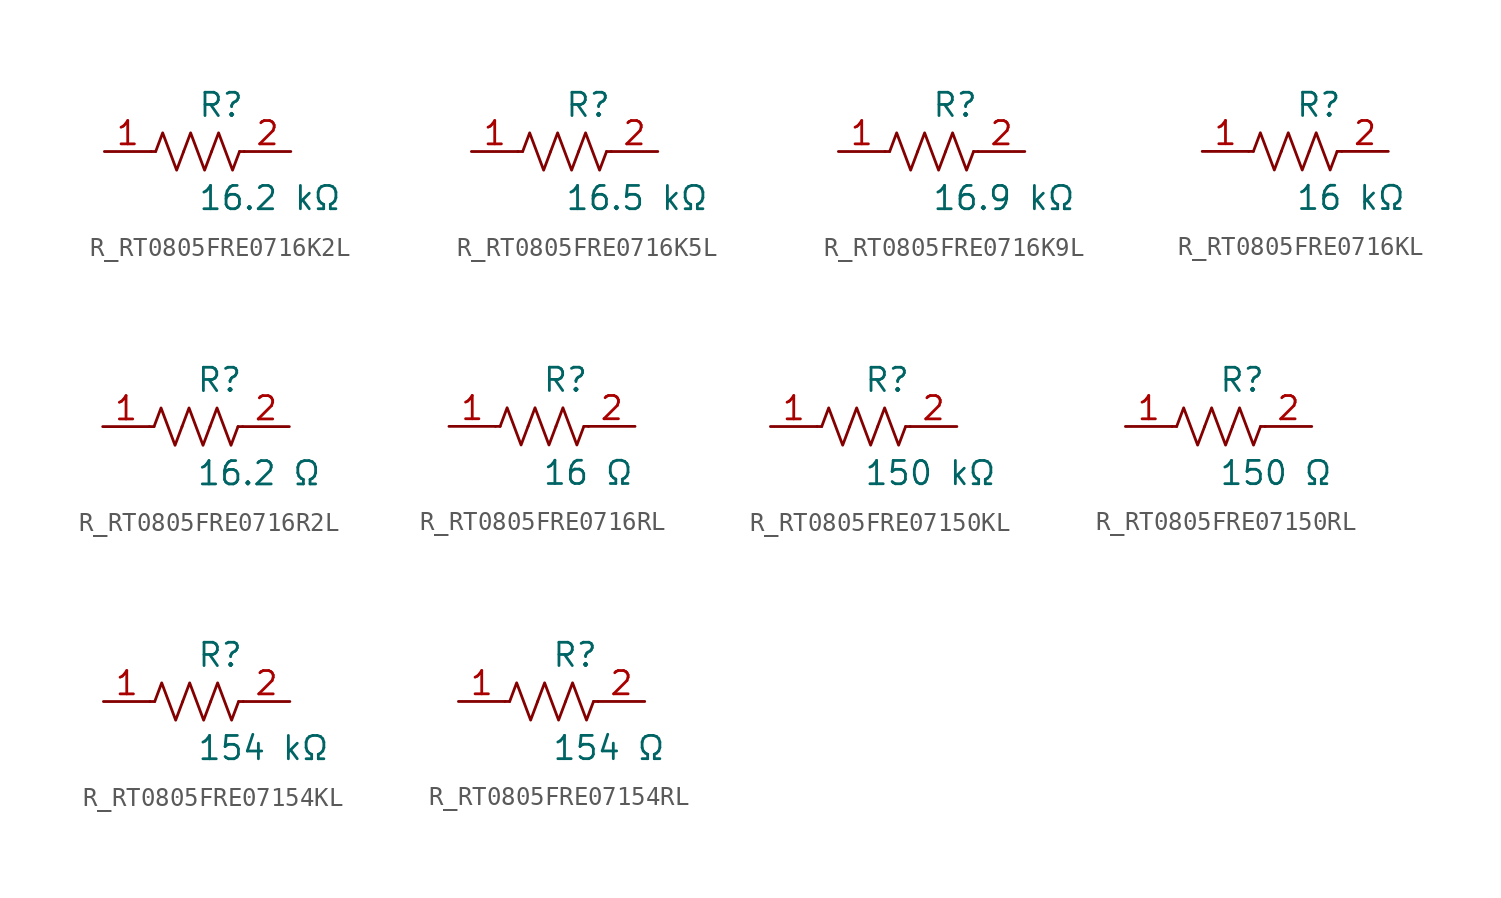
<source format=kicad_sym>
(kicad_symbol_lib
  (version 20231120)
  (generator kicad_symbol_editor)
  (generator_version 8.0)
  (symbol "R_RT0805FRE0716K2L"
    (pin_names
      (offset 0.254))
    (property "Reference" "R"
      (at 0 2.54 0)
      (effects (font (size 1.27 1.27)) (justify left)))
    (property "Value" "16.2 kΩ"
      (at 0 -2.54 0)
      (effects (font (size 1.27 1.27)) (justify left)))
    (symbol "R_RT0805FRE0716K2L_0_1"
      (polyline (pts (xy 2.286 0) (xy 2.54 0)) (stroke (width 0) (type default)) (fill (type none)))
      (polyline (pts (xy -2.286 0) (xy -2.54 0)) (stroke (width 0) (type default)) (fill (type none)))
      (polyline (pts (xy 0.762 0) (xy 1.143 1.016) (xy 1.524 0) (xy 1.905 -1.016) (xy 2.286 0)) (stroke (width 0) (type default)) (fill (type none)))
      (polyline (pts (xy -0.762 0) (xy -0.381 1.016) (xy 0 0) (xy 0.381 -1.016) (xy 0.762 0)) (stroke (width 0) (type default)) (fill (type none)))
      (polyline (pts (xy -2.286 0) (xy -1.905 1.016) (xy -1.524 0) (xy -1.143 -1.016) (xy -0.762 0)) (stroke (width 0) (type default)) (fill (type none))))
    (pin passive line
      (at -5.08 0 0)
      (length 2.54)
      (name "" (effects (font (size 1.27 1.27))))
      (number "1" (effects (font (size 1.27 1.27)))))
    (pin passive line
      (at 5.08 0 180)
      (length 2.54)
      (name "" (effects (font (size 1.27 1.27))))
      (number "2" (effects (font (size 1.27 1.27))))))
  (symbol "R_RT0805FRE0716K5L"
    (pin_names
      (offset 0.254))
    (property "Reference" "R"
      (at 0 2.54 0)
      (effects (font (size 1.27 1.27)) (justify left)))
    (property "Value" "16.5 kΩ"
      (at 0 -2.54 0)
      (effects (font (size 1.27 1.27)) (justify left)))
    (symbol "R_RT0805FRE0716K5L_0_1"
      (polyline (pts (xy 2.286 0) (xy 2.54 0)) (stroke (width 0) (type default)) (fill (type none)))
      (polyline (pts (xy -2.286 0) (xy -2.54 0)) (stroke (width 0) (type default)) (fill (type none)))
      (polyline (pts (xy 0.762 0) (xy 1.143 1.016) (xy 1.524 0) (xy 1.905 -1.016) (xy 2.286 0)) (stroke (width 0) (type default)) (fill (type none)))
      (polyline (pts (xy -0.762 0) (xy -0.381 1.016) (xy 0 0) (xy 0.381 -1.016) (xy 0.762 0)) (stroke (width 0) (type default)) (fill (type none)))
      (polyline (pts (xy -2.286 0) (xy -1.905 1.016) (xy -1.524 0) (xy -1.143 -1.016) (xy -0.762 0)) (stroke (width 0) (type default)) (fill (type none))))
    (pin passive line
      (at -5.08 0 0)
      (length 2.54)
      (name "" (effects (font (size 1.27 1.27))))
      (number "1" (effects (font (size 1.27 1.27)))))
    (pin passive line
      (at 5.08 0 180)
      (length 2.54)
      (name "" (effects (font (size 1.27 1.27))))
      (number "2" (effects (font (size 1.27 1.27))))))
  (symbol "R_RT0805FRE0716K9L"
    (pin_names
      (offset 0.254))
    (property "Reference" "R"
      (at 0 2.54 0)
      (effects (font (size 1.27 1.27)) (justify left)))
    (property "Value" "16.9 kΩ"
      (at 0 -2.54 0)
      (effects (font (size 1.27 1.27)) (justify left)))
    (symbol "R_RT0805FRE0716K9L_0_1"
      (polyline (pts (xy 2.286 0) (xy 2.54 0)) (stroke (width 0) (type default)) (fill (type none)))
      (polyline (pts (xy -2.286 0) (xy -2.54 0)) (stroke (width 0) (type default)) (fill (type none)))
      (polyline (pts (xy 0.762 0) (xy 1.143 1.016) (xy 1.524 0) (xy 1.905 -1.016) (xy 2.286 0)) (stroke (width 0) (type default)) (fill (type none)))
      (polyline (pts (xy -0.762 0) (xy -0.381 1.016) (xy 0 0) (xy 0.381 -1.016) (xy 0.762 0)) (stroke (width 0) (type default)) (fill (type none)))
      (polyline (pts (xy -2.286 0) (xy -1.905 1.016) (xy -1.524 0) (xy -1.143 -1.016) (xy -0.762 0)) (stroke (width 0) (type default)) (fill (type none))))
    (pin passive line
      (at -5.08 0 0)
      (length 2.54)
      (name "" (effects (font (size 1.27 1.27))))
      (number "1" (effects (font (size 1.27 1.27)))))
    (pin passive line
      (at 5.08 0 180)
      (length 2.54)
      (name "" (effects (font (size 1.27 1.27))))
      (number "2" (effects (font (size 1.27 1.27))))))
  (symbol "R_RT0805FRE0716KL"
    (pin_names
      (offset 0.254))
    (property "Reference" "R"
      (at 0 2.54 0)
      (effects (font (size 1.27 1.27)) (justify left)))
    (property "Value" "16 kΩ"
      (at 0 -2.54 0)
      (effects (font (size 1.27 1.27)) (justify left)))
    (symbol "R_RT0805FRE0716KL_0_1"
      (polyline (pts (xy 2.286 0) (xy 2.54 0)) (stroke (width 0) (type default)) (fill (type none)))
      (polyline (pts (xy -2.286 0) (xy -2.54 0)) (stroke (width 0) (type default)) (fill (type none)))
      (polyline (pts (xy 0.762 0) (xy 1.143 1.016) (xy 1.524 0) (xy 1.905 -1.016) (xy 2.286 0)) (stroke (width 0) (type default)) (fill (type none)))
      (polyline (pts (xy -0.762 0) (xy -0.381 1.016) (xy 0 0) (xy 0.381 -1.016) (xy 0.762 0)) (stroke (width 0) (type default)) (fill (type none)))
      (polyline (pts (xy -2.286 0) (xy -1.905 1.016) (xy -1.524 0) (xy -1.143 -1.016) (xy -0.762 0)) (stroke (width 0) (type default)) (fill (type none))))
    (pin passive line
      (at -5.08 0 0)
      (length 2.54)
      (name "" (effects (font (size 1.27 1.27))))
      (number "1" (effects (font (size 1.27 1.27)))))
    (pin passive line
      (at 5.08 0 180)
      (length 2.54)
      (name "" (effects (font (size 1.27 1.27))))
      (number "2" (effects (font (size 1.27 1.27))))))
  (symbol "R_RT0805FRE0716R2L"
    (pin_names
      (offset 0.254))
    (property "Reference" "R"
      (at 0 2.54 0)
      (effects (font (size 1.27 1.27)) (justify left)))
    (property "Value" "16.2 Ω"
      (at 0 -2.54 0)
      (effects (font (size 1.27 1.27)) (justify left)))
    (symbol "R_RT0805FRE0716R2L_0_1"
      (polyline (pts (xy 2.286 0) (xy 2.54 0)) (stroke (width 0) (type default)) (fill (type none)))
      (polyline (pts (xy -2.286 0) (xy -2.54 0)) (stroke (width 0) (type default)) (fill (type none)))
      (polyline (pts (xy 0.762 0) (xy 1.143 1.016) (xy 1.524 0) (xy 1.905 -1.016) (xy 2.286 0)) (stroke (width 0) (type default)) (fill (type none)))
      (polyline (pts (xy -0.762 0) (xy -0.381 1.016) (xy 0 0) (xy 0.381 -1.016) (xy 0.762 0)) (stroke (width 0) (type default)) (fill (type none)))
      (polyline (pts (xy -2.286 0) (xy -1.905 1.016) (xy -1.524 0) (xy -1.143 -1.016) (xy -0.762 0)) (stroke (width 0) (type default)) (fill (type none))))
    (pin passive line
      (at -5.08 0 0)
      (length 2.54)
      (name "" (effects (font (size 1.27 1.27))))
      (number "1" (effects (font (size 1.27 1.27)))))
    (pin passive line
      (at 5.08 0 180)
      (length 2.54)
      (name "" (effects (font (size 1.27 1.27))))
      (number "2" (effects (font (size 1.27 1.27))))))
  (symbol "R_RT0805FRE0716RL"
    (pin_names
      (offset 0.254))
    (property "Reference" "R"
      (at 0 2.54 0)
      (effects (font (size 1.27 1.27)) (justify left)))
    (property "Value" "16 Ω"
      (at 0 -2.54 0)
      (effects (font (size 1.27 1.27)) (justify left)))
    (symbol "R_RT0805FRE0716RL_0_1"
      (polyline (pts (xy 2.286 0) (xy 2.54 0)) (stroke (width 0) (type default)) (fill (type none)))
      (polyline (pts (xy -2.286 0) (xy -2.54 0)) (stroke (width 0) (type default)) (fill (type none)))
      (polyline (pts (xy 0.762 0) (xy 1.143 1.016) (xy 1.524 0) (xy 1.905 -1.016) (xy 2.286 0)) (stroke (width 0) (type default)) (fill (type none)))
      (polyline (pts (xy -0.762 0) (xy -0.381 1.016) (xy 0 0) (xy 0.381 -1.016) (xy 0.762 0)) (stroke (width 0) (type default)) (fill (type none)))
      (polyline (pts (xy -2.286 0) (xy -1.905 1.016) (xy -1.524 0) (xy -1.143 -1.016) (xy -0.762 0)) (stroke (width 0) (type default)) (fill (type none))))
    (pin passive line
      (at -5.08 0 0)
      (length 2.54)
      (name "" (effects (font (size 1.27 1.27))))
      (number "1" (effects (font (size 1.27 1.27)))))
    (pin passive line
      (at 5.08 0 180)
      (length 2.54)
      (name "" (effects (font (size 1.27 1.27))))
      (number "2" (effects (font (size 1.27 1.27))))))
  (symbol "R_RT0805FRE07150KL"
    (pin_names
      (offset 0.254))
    (property "Reference" "R"
      (at 0 2.54 0)
      (effects (font (size 1.27 1.27)) (justify left)))
    (property "Value" "150 kΩ"
      (at 0 -2.54 0)
      (effects (font (size 1.27 1.27)) (justify left)))
    (symbol "R_RT0805FRE07150KL_0_1"
      (polyline (pts (xy 2.286 0) (xy 2.54 0)) (stroke (width 0) (type default)) (fill (type none)))
      (polyline (pts (xy -2.286 0) (xy -2.54 0)) (stroke (width 0) (type default)) (fill (type none)))
      (polyline (pts (xy 0.762 0) (xy 1.143 1.016) (xy 1.524 0) (xy 1.905 -1.016) (xy 2.286 0)) (stroke (width 0) (type default)) (fill (type none)))
      (polyline (pts (xy -0.762 0) (xy -0.381 1.016) (xy 0 0) (xy 0.381 -1.016) (xy 0.762 0)) (stroke (width 0) (type default)) (fill (type none)))
      (polyline (pts (xy -2.286 0) (xy -1.905 1.016) (xy -1.524 0) (xy -1.143 -1.016) (xy -0.762 0)) (stroke (width 0) (type default)) (fill (type none))))
    (pin passive line
      (at -5.08 0 0)
      (length 2.54)
      (name "" (effects (font (size 1.27 1.27))))
      (number "1" (effects (font (size 1.27 1.27)))))
    (pin passive line
      (at 5.08 0 180)
      (length 2.54)
      (name "" (effects (font (size 1.27 1.27))))
      (number "2" (effects (font (size 1.27 1.27))))))
  (symbol "R_RT0805FRE07150RL"
    (pin_names
      (offset 0.254))
    (property "Reference" "R"
      (at 0 2.54 0)
      (effects (font (size 1.27 1.27)) (justify left)))
    (property "Value" "150 Ω"
      (at 0 -2.54 0)
      (effects (font (size 1.27 1.27)) (justify left)))
    (symbol "R_RT0805FRE07150RL_0_1"
      (polyline (pts (xy 2.286 0) (xy 2.54 0)) (stroke (width 0) (type default)) (fill (type none)))
      (polyline (pts (xy -2.286 0) (xy -2.54 0)) (stroke (width 0) (type default)) (fill (type none)))
      (polyline (pts (xy 0.762 0) (xy 1.143 1.016) (xy 1.524 0) (xy 1.905 -1.016) (xy 2.286 0)) (stroke (width 0) (type default)) (fill (type none)))
      (polyline (pts (xy -0.762 0) (xy -0.381 1.016) (xy 0 0) (xy 0.381 -1.016) (xy 0.762 0)) (stroke (width 0) (type default)) (fill (type none)))
      (polyline (pts (xy -2.286 0) (xy -1.905 1.016) (xy -1.524 0) (xy -1.143 -1.016) (xy -0.762 0)) (stroke (width 0) (type default)) (fill (type none))))
    (pin passive line
      (at -5.08 0 0)
      (length 2.54)
      (name "" (effects (font (size 1.27 1.27))))
      (number "1" (effects (font (size 1.27 1.27)))))
    (pin passive line
      (at 5.08 0 180)
      (length 2.54)
      (name "" (effects (font (size 1.27 1.27))))
      (number "2" (effects (font (size 1.27 1.27))))))
  (symbol "R_RT0805FRE07154KL"
    (pin_names
      (offset 0.254))
    (property "Reference" "R"
      (at 0 2.54 0)
      (effects (font (size 1.27 1.27)) (justify left)))
    (property "Value" "154 kΩ"
      (at 0 -2.54 0)
      (effects (font (size 1.27 1.27)) (justify left)))
    (symbol "R_RT0805FRE07154KL_0_1"
      (polyline (pts (xy 2.286 0) (xy 2.54 0)) (stroke (width 0) (type default)) (fill (type none)))
      (polyline (pts (xy -2.286 0) (xy -2.54 0)) (stroke (width 0) (type default)) (fill (type none)))
      (polyline (pts (xy 0.762 0) (xy 1.143 1.016) (xy 1.524 0) (xy 1.905 -1.016) (xy 2.286 0)) (stroke (width 0) (type default)) (fill (type none)))
      (polyline (pts (xy -0.762 0) (xy -0.381 1.016) (xy 0 0) (xy 0.381 -1.016) (xy 0.762 0)) (stroke (width 0) (type default)) (fill (type none)))
      (polyline (pts (xy -2.286 0) (xy -1.905 1.016) (xy -1.524 0) (xy -1.143 -1.016) (xy -0.762 0)) (stroke (width 0) (type default)) (fill (type none))))
    (pin passive line
      (at -5.08 0 0)
      (length 2.54)
      (name "" (effects (font (size 1.27 1.27))))
      (number "1" (effects (font (size 1.27 1.27)))))
    (pin passive line
      (at 5.08 0 180)
      (length 2.54)
      (name "" (effects (font (size 1.27 1.27))))
      (number "2" (effects (font (size 1.27 1.27))))))
  (symbol "R_RT0805FRE07154RL"
    (pin_names
      (offset 0.254))
    (property "Reference" "R"
      (at 0 2.54 0)
      (effects (font (size 1.27 1.27)) (justify left)))
    (property "Value" "154 Ω"
      (at 0 -2.54 0)
      (effects (font (size 1.27 1.27)) (justify left)))
    (symbol "R_RT0805FRE07154RL_0_1"
      (polyline (pts (xy 2.286 0) (xy 2.54 0)) (stroke (width 0) (type default)) (fill (type none)))
      (polyline (pts (xy -2.286 0) (xy -2.54 0)) (stroke (width 0) (type default)) (fill (type none)))
      (polyline (pts (xy 0.762 0) (xy 1.143 1.016) (xy 1.524 0) (xy 1.905 -1.016) (xy 2.286 0)) (stroke (width 0) (type default)) (fill (type none)))
      (polyline (pts (xy -0.762 0) (xy -0.381 1.016) (xy 0 0) (xy 0.381 -1.016) (xy 0.762 0)) (stroke (width 0) (type default)) (fill (type none)))
      (polyline (pts (xy -2.286 0) (xy -1.905 1.016) (xy -1.524 0) (xy -1.143 -1.016) (xy -0.762 0)) (stroke (width 0) (type default)) (fill (type none))))
    (pin passive line
      (at -5.08 0 0)
      (length 2.54)
      (name "" (effects (font (size 1.27 1.27))))
      (number "1" (effects (font (size 1.27 1.27)))))
    (pin passive line
      (at 5.08 0 180)
      (length 2.54)
      (name "" (effects (font (size 1.27 1.27))))
      (number "2" (effects (font (size 1.27 1.27)))))))
</source>
